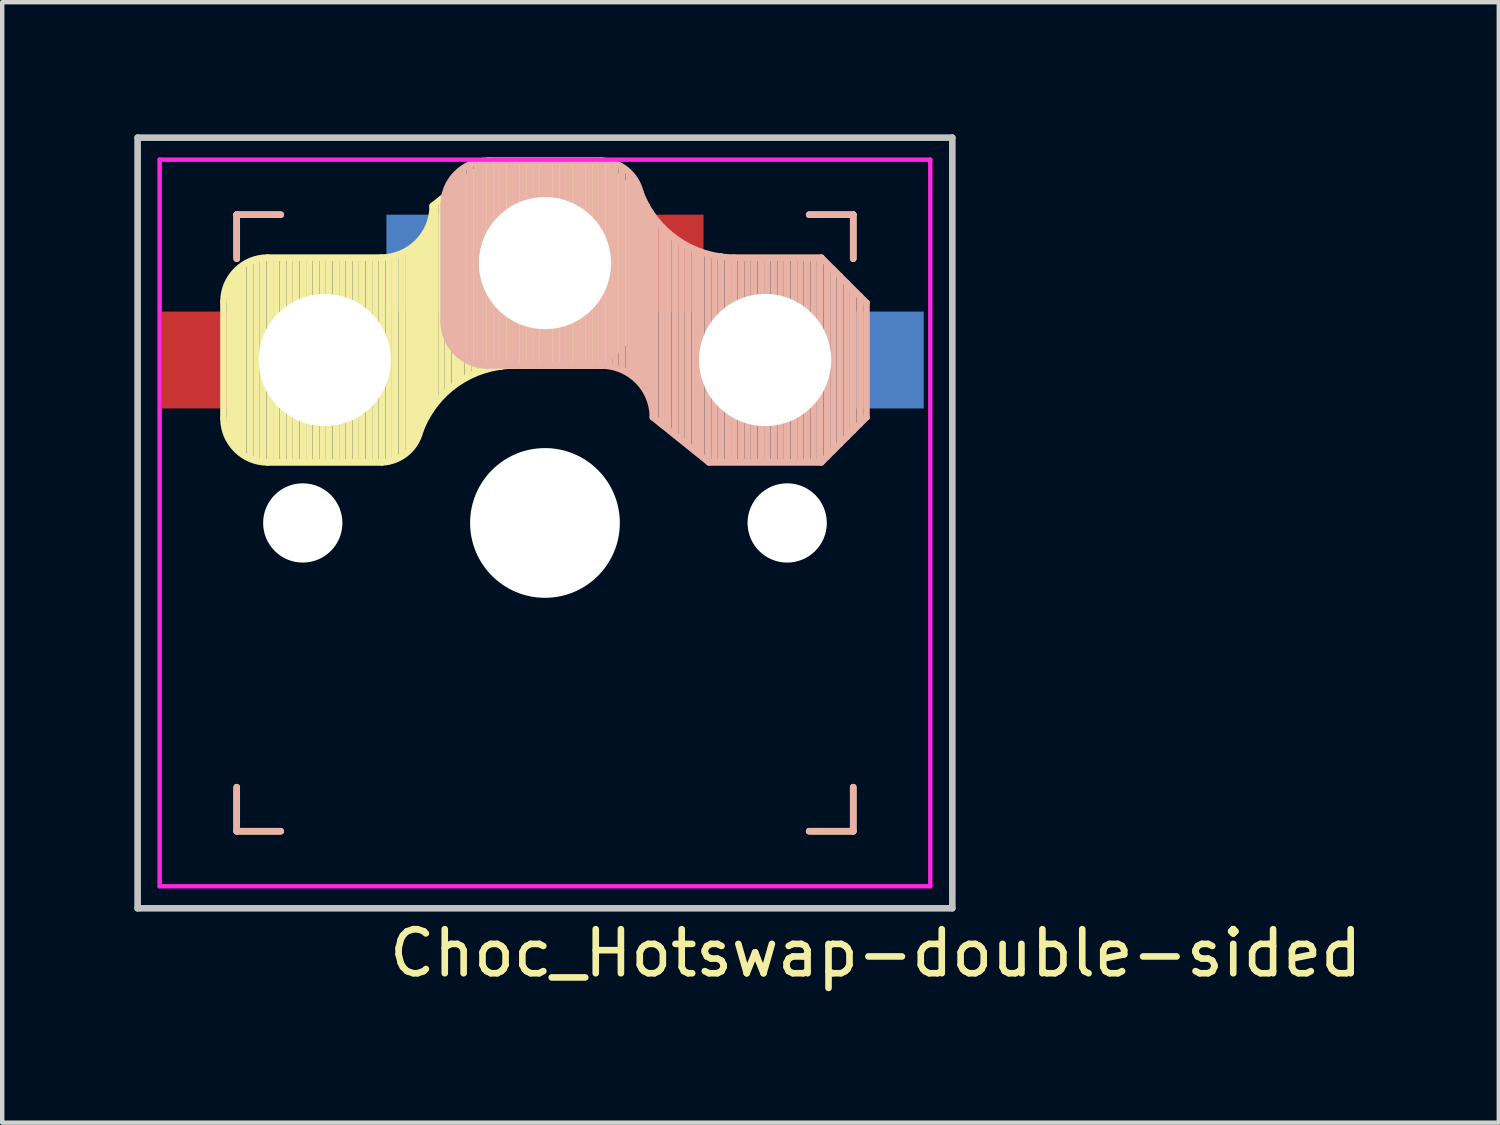
<source format=kicad_pcb>
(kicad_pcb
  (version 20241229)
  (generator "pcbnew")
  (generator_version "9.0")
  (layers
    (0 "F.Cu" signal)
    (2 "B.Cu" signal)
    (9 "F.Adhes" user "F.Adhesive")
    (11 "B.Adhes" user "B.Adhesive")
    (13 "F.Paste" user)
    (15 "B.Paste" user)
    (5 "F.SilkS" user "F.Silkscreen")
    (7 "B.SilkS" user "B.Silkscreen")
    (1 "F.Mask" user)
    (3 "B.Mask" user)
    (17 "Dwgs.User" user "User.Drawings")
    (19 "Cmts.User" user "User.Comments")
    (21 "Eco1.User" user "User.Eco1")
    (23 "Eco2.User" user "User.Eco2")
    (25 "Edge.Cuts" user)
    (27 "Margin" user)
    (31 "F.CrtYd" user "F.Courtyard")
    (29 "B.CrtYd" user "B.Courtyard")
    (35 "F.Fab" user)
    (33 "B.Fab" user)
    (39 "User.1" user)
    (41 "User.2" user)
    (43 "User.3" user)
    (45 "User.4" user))
  (footprint "Choc_Hotswap-double-sided"
    (layer "F.Cu")
    (at 9.325 8.825)
    (property "Reference" "Choc_Hotswap-double-sided" (at 7.51 9.77 0) (layer "F.SilkS") (effects (font (size 1 1) (thickness 0.15))))
    (attr through_hole)
    (fp_line (start -7.3 -5.025) (end -7.3 -2.375) (stroke (width 0.15) (type solid)) (layer "F.SilkS"))
    (fp_line (start -7.15 -1.95) (end -7.15 -5.5) (stroke (width 0.15) (type solid)) (layer "F.SilkS"))
    (fp_line (start -7.05 -1.8) (end -7.05 -5.55) (stroke (width 0.15) (type solid)) (layer "F.SilkS"))
    (fp_line (start -7 -7) (end -7 -6) (stroke (width 0.15) (type solid)) (layer "F.SilkS"))
    (fp_line (start -7 6) (end -7 7) (stroke (width 0.15) (type solid)) (layer "F.SilkS"))
    (fp_line (start -7 7) (end -6 7) (stroke (width 0.15) (type solid)) (layer "F.SilkS"))
    (fp_line (start -6.95 -1.7) (end -6.95 -5.65) (stroke (width 0.15) (type solid)) (layer "F.SilkS"))
    (fp_line (start -6.85 -1.6) (end -6.85 -5.8) (stroke (width 0.15) (type solid)) (layer "F.SilkS"))
    (fp_line (start -6.7 -1.5) (end -6.7 -5.9) (stroke (width 0.15) (type solid)) (layer "F.SilkS"))
    (fp_line (start -6.55 -1.45) (end -6.55 -5.95) (stroke (width 0.15) (type solid)) (layer "F.SilkS"))
    (fp_line (start -6.4 -1.4) (end -6.4 -5.95) (stroke (width 0.15) (type solid)) (layer "F.SilkS"))
    (fp_line (start -6.3 -6.025) (end -3.725 -6.025) (stroke (width 0.15) (type solid)) (layer "F.SilkS"))
    (fp_line (start -6.3 -1.375) (end -3.7 -1.375) (stroke (width 0.15) (type solid)) (layer "F.SilkS"))
    (fp_line (start -6.25 -1.4) (end -6.25 -6) (stroke (width 0.15) (type solid)) (layer "F.SilkS"))
    (fp_line (start -6.1 -1.4) (end -6.1 -6) (stroke (width 0.15) (type solid)) (layer "F.SilkS"))
    (fp_line (start -6 -7) (end -7 -7) (stroke (width 0.15) (type solid)) (layer "F.SilkS"))
    (fp_line (start -5.95 -1.4) (end -5.95 -6) (stroke (width 0.15) (type solid)) (layer "F.SilkS"))
    (fp_line (start -5.8 -1.4) (end -5.8 -6) (stroke (width 0.15) (type solid)) (layer "F.SilkS"))
    (fp_line (start -5.65 -1.4) (end -5.65 -6) (stroke (width 0.15) (type solid)) (layer "F.SilkS"))
    (fp_line (start -5.5 -1.4) (end -5.5 -6) (stroke (width 0.15) (type solid)) (layer "F.SilkS"))
    (fp_line (start -5.35 -1.4) (end -5.35 -6) (stroke (width 0.15) (type solid)) (layer "F.SilkS"))
    (fp_line (start -5.2 -1.4) (end -5.2 -6) (stroke (width 0.15) (type solid)) (layer "F.SilkS"))
    (fp_line (start -5.05 -1.4) (end -5.05 -6) (stroke (width 0.15) (type solid)) (layer "F.SilkS"))
    (fp_line (start -4.9 -1.4) (end -4.9 -6) (stroke (width 0.15) (type solid)) (layer "F.SilkS"))
    (fp_line (start -4.75 -1.4) (end -4.75 -6) (stroke (width 0.15) (type solid)) (layer "F.SilkS"))
    (fp_line (start -4.6 -1.4) (end -4.6 -6) (stroke (width 0.15) (type solid)) (layer "F.SilkS"))
    (fp_line (start -4.45 -1.4) (end -4.45 -6) (stroke (width 0.15) (type solid)) (layer "F.SilkS"))
    (fp_line (start -4.3 -1.4) (end -4.3 -6) (stroke (width 0.15) (type solid)) (layer "F.SilkS"))
    (fp_line (start -4.15 -1.4) (end -4.15 -6) (stroke (width 0.15) (type solid)) (layer "F.SilkS"))
    (fp_line (start -4 -1.4) (end -4 -6) (stroke (width 0.15) (type solid)) (layer "F.SilkS"))
    (fp_line (start -3.85 -1.4) (end -3.85 -5.95) (stroke (width 0.15) (type solid)) (layer "F.SilkS"))
    (fp_line (start -3.7 -1.4) (end -3.7 -6) (stroke (width 0.15) (type solid)) (layer "F.SilkS"))
    (fp_line (start -3.55 -1.4) (end -3.55 -6) (stroke (width 0.15) (type solid)) (layer "F.SilkS"))
    (fp_line (start -3.4 -1.45) (end -3.4 -6) (stroke (width 0.15) (type solid)) (layer "F.SilkS"))
    (fp_line (start -3.25 -1.55) (end -3.25 -6.1) (stroke (width 0.15) (type solid)) (layer "F.SilkS"))
    (fp_line (start -3.1 -1.65) (end -3.1 -6.15) (stroke (width 0.15) (type solid)) (layer "F.SilkS"))
    (fp_line (start -3 -1.8) (end -3 -6.2) (stroke (width 0.15) (type solid)) (layer "F.SilkS"))
    (fp_line (start -2.9 -2.05) (end -2.9 -6.25) (stroke (width 0.15) (type solid)) (layer "F.SilkS"))
    (fp_line (start -2.8 -2.2) (end -2.8 -6.35) (stroke (width 0.15) (type solid)) (layer "F.SilkS"))
    (fp_line (start -2.7 -2.4) (end -2.7 -6.55) (stroke (width 0.15) (type solid)) (layer "F.SilkS"))
    (fp_line (start -2.6 -2.55) (end -2.6 -6.7) (stroke (width 0.15) (type solid)) (layer "F.SilkS"))
    (fp_line (start -2.5 -2.75) (end -2.5 -7.2) (stroke (width 0.15) (type solid)) (layer "F.SilkS"))
    (fp_line (start -2.35 -2.9) (end -2.35 -7.35) (stroke (width 0.15) (type solid)) (layer "F.SilkS"))
    (fp_line (start -2.2 -3.05) (end -2.2 -7.45) (stroke (width 0.15) (type solid)) (layer "F.SilkS"))
    (fp_line (start -2.05 -3.15) (end -2.05 -7.55) (stroke (width 0.15) (type solid)) (layer "F.SilkS"))
    (fp_line (start -1.9 -3.25) (end -1.9 -7.7) (stroke (width 0.15) (type solid)) (layer "F.SilkS"))
    (fp_line (start -1.75 -3.35) (end -1.75 -7.8) (stroke (width 0.15) (type solid)) (layer "F.SilkS"))
    (fp_line (start -1.6 -3.4) (end -1.6 -7.95) (stroke (width 0.15) (type solid)) (layer "F.SilkS"))
    (fp_line (start -1.45 -3.5) (end -1.45 -8.05) (stroke (width 0.15) (type solid)) (layer "F.SilkS"))
    (fp_line (start -1.3 -3.55) (end -1.3 -8.15) (stroke (width 0.15) (type solid)) (layer "F.SilkS"))
    (fp_line (start -1.275 -8.225) (end -2.55 -7.2) (stroke (width 0.15) (type solid)) (layer "F.SilkS"))
    (fp_line (start -1.275 -8.225) (end 1.275 -8.225) (stroke (width 0.15) (type solid)) (layer "F.SilkS"))
    (fp_line (start -1.15 -3.55) (end -1.15 -8.2) (stroke (width 0.15) (type solid)) (layer "F.SilkS"))
    (fp_line (start -1 -3.55) (end -1 -8.2) (stroke (width 0.15) (type solid)) (layer "F.SilkS"))
    (fp_line (start -0.85 -3.6) (end -0.85 -8.15) (stroke (width 0.15) (type solid)) (layer "F.SilkS"))
    (fp_line (start -0.7 -3.6) (end -0.7 -8.2) (stroke (width 0.15) (type solid)) (layer "F.SilkS"))
    (fp_line (start -0.7 -3.575) (end 1.275 -3.575) (stroke (width 0.15) (type solid)) (layer "F.SilkS"))
    (fp_line (start -0.55 -3.6) (end -0.55 -8.2) (stroke (width 0.15) (type solid)) (layer "F.SilkS"))
    (fp_line (start -0.4 -3.6) (end -0.4 -8.2) (stroke (width 0.15) (type solid)) (layer "F.SilkS"))
    (fp_line (start -0.25 -3.6) (end -0.25 -8.2) (stroke (width 0.15) (type solid)) (layer "F.SilkS"))
    (fp_line (start -0.1 -3.6) (end -0.1 -8.2) (stroke (width 0.15) (type solid)) (layer "F.SilkS"))
    (fp_line (start 0.05 -3.6) (end 0.05 -8.2) (stroke (width 0.15) (type solid)) (layer "F.SilkS"))
    (fp_line (start 0.2 -3.6) (end 0.2 -8.2) (stroke (width 0.15) (type solid)) (layer "F.SilkS"))
    (fp_line (start 0.35 -3.6) (end 0.35 -8.2) (stroke (width 0.15) (type solid)) (layer "F.SilkS"))
    (fp_line (start 0.5 -3.6) (end 0.5 -8.2) (stroke (width 0.15) (type solid)) (layer "F.SilkS"))
    (fp_line (start 0.65 -3.6) (end 0.65 -8.2) (stroke (width 0.15) (type solid)) (layer "F.SilkS"))
    (fp_line (start 0.8 -3.6) (end 0.8 -8.2) (stroke (width 0.15) (type solid)) (layer "F.SilkS"))
    (fp_line (start 0.95 -3.6) (end 0.95 -8.2) (stroke (width 0.15) (type solid)) (layer "F.SilkS"))
    (fp_line (start 1.1 -3.6) (end 1.1 -8.2) (stroke (width 0.15) (type solid)) (layer "F.SilkS"))
    (fp_line (start 1.25 -3.6) (end 1.25 -8.2) (stroke (width 0.15) (type solid)) (layer "F.SilkS"))
    (fp_line (start 1.4 -3.75) (end 1.4 -8.1) (stroke (width 0.15) (type solid)) (layer "F.SilkS"))
    (fp_line (start 1.55 -3.85) (end 1.55 -7.95) (stroke (width 0.15) (type solid)) (layer "F.SilkS"))
    (fp_line (start 1.7 -4) (end 1.7 -7.8) (stroke (width 0.15) (type solid)) (layer "F.SilkS"))
    (fp_line (start 1.85 -4.15) (end 1.85 -7.65) (stroke (width 0.15) (type solid)) (layer "F.SilkS"))
    (fp_line (start 2 -4.35) (end 2 -7.5) (stroke (width 0.15) (type solid)) (layer "F.SilkS"))
    (fp_line (start 2.15 -4.45) (end 2.15 -7.35) (stroke (width 0.15) (type solid)) (layer "F.SilkS"))
    (fp_line (start 2.3 -7.2) (end 1.275 -8.225) (stroke (width 0.15) (type solid)) (layer "F.SilkS"))
    (fp_line (start 2.3 -7.2) (end 2.3 -4.6) (stroke (width 0.15) (type solid)) (layer "F.SilkS"))
    (fp_line (start 2.3 -4.6) (end 1.275 -3.575) (stroke (width 0.15) (type solid)) (layer "F.SilkS"))
    (fp_line (start 6 -7) (end 7 -7) (stroke (width 0.15) (type solid)) (layer "F.SilkS"))
    (fp_line (start 7 -7) (end 7 -6) (stroke (width 0.15) (type solid)) (layer "F.SilkS"))
    (fp_line (start 7 6) (end 7 7) (stroke (width 0.15) (type solid)) (layer "F.SilkS"))
    (fp_line (start 7 7) (end 6 7) (stroke (width 0.15) (type solid)) (layer "F.SilkS"))
    (fp_arc (start -7.3 -5.025) (mid -7.007107 -5.732107) (end -6.3 -6.025) (stroke (width 0.15) (type solid)) (layer "F.SilkS"))
    (fp_arc (start -6.3 -1.375) (mid -7.007107 -1.667893) (end -7.3 -2.375) (stroke (width 0.15) (type solid)) (layer "F.SilkS"))
    (fp_arc (start -2.837801 -2.078096) (mid -3.151716 -1.583979) (end -3.699005 -1.376209) (stroke (width 0.15) (type solid)) (layer "F.SilkS"))
    (fp_arc (start -2.837801 -2.078096) (mid -2.004887 -3.163571) (end -0.7 -3.575) (stroke (width 0.15) (type solid)) (layer "F.SilkS"))
    (fp_arc (start -2.55 -7.2) (mid -2.89415 -6.36915) (end -3.725 -6.025) (stroke (width 0.15) (type solid)) (layer "F.SilkS"))
    (fp_line (start -7 -7) (end -7 -6) (stroke (width 0.15) (type solid)) (layer "B.SilkS"))
    (fp_line (start -7 6) (end -7 7) (stroke (width 0.15) (type solid)) (layer "B.SilkS"))
    (fp_line (start -7 7) (end -6 7) (stroke (width 0.15) (type solid)) (layer "B.SilkS"))
    (fp_line (start -6 -7) (end -7 -7) (stroke (width 0.15) (type solid)) (layer "B.SilkS"))
    (fp_line (start -2.3 -4.575) (end -2.3 -7.225) (stroke (width 0.15) (type solid)) (layer "B.SilkS"))
    (fp_line (start -2.15 -7.65) (end -2.15 -4.1) (stroke (width 0.15) (type solid)) (layer "B.SilkS"))
    (fp_line (start -2.05 -7.8) (end -2.05 -4.05) (stroke (width 0.15) (type solid)) (layer "B.SilkS"))
    (fp_line (start -1.95 -7.9) (end -1.95 -3.95) (stroke (width 0.15) (type solid)) (layer "B.SilkS"))
    (fp_line (start -1.85 -8) (end -1.85 -3.8) (stroke (width 0.15) (type solid)) (layer "B.SilkS"))
    (fp_line (start -1.7 -8.1) (end -1.7 -3.7) (stroke (width 0.15) (type solid)) (layer "B.SilkS"))
    (fp_line (start -1.55 -8.15) (end -1.55 -3.65) (stroke (width 0.15) (type solid)) (layer "B.SilkS"))
    (fp_line (start -1.4 -8.2) (end -1.4 -3.65) (stroke (width 0.15) (type solid)) (layer "B.SilkS"))
    (fp_line (start -1.3 -8.225) (end 1.3 -8.225) (stroke (width 0.15) (type solid)) (layer "B.SilkS"))
    (fp_line (start -1.3 -3.575) (end 1.275 -3.575) (stroke (width 0.15) (type solid)) (layer "B.SilkS"))
    (fp_line (start -1.25 -8.2) (end -1.25 -3.6) (stroke (width 0.15) (type solid)) (layer "B.SilkS"))
    (fp_line (start -1.1 -8.2) (end -1.1 -3.6) (stroke (width 0.15) (type solid)) (layer "B.SilkS"))
    (fp_line (start -0.95 -8.2) (end -0.95 -3.6) (stroke (width 0.15) (type solid)) (layer "B.SilkS"))
    (fp_line (start -0.8 -8.2) (end -0.8 -3.6) (stroke (width 0.15) (type solid)) (layer "B.SilkS"))
    (fp_line (start -0.65 -8.2) (end -0.65 -3.6) (stroke (width 0.15) (type solid)) (layer "B.SilkS"))
    (fp_line (start -0.5 -8.2) (end -0.5 -3.6) (stroke (width 0.15) (type solid)) (layer "B.SilkS"))
    (fp_line (start -0.35 -8.2) (end -0.35 -3.6) (stroke (width 0.15) (type solid)) (layer "B.SilkS"))
    (fp_line (start -0.2 -8.2) (end -0.2 -3.6) (stroke (width 0.15) (type solid)) (layer "B.SilkS"))
    (fp_line (start -0.05 -8.2) (end -0.05 -3.6) (stroke (width 0.15) (type solid)) (layer "B.SilkS"))
    (fp_line (start 0.1 -8.2) (end 0.1 -3.6) (stroke (width 0.15) (type solid)) (layer "B.SilkS"))
    (fp_line (start 0.25 -8.2) (end 0.25 -3.6) (stroke (width 0.15) (type solid)) (layer "B.SilkS"))
    (fp_line (start 0.4 -8.2) (end 0.4 -3.6) (stroke (width 0.15) (type solid)) (layer "B.SilkS"))
    (fp_line (start 0.55 -8.2) (end 0.55 -3.6) (stroke (width 0.15) (type solid)) (layer "B.SilkS"))
    (fp_line (start 0.7 -8.2) (end 0.7 -3.6) (stroke (width 0.15) (type solid)) (layer "B.SilkS"))
    (fp_line (start 0.85 -8.2) (end 0.85 -3.6) (stroke (width 0.15) (type solid)) (layer "B.SilkS"))
    (fp_line (start 1 -8.2) (end 1 -3.6) (stroke (width 0.15) (type solid)) (layer "B.SilkS"))
    (fp_line (start 1.15 -8.2) (end 1.15 -3.65) (stroke (width 0.15) (type solid)) (layer "B.SilkS"))
    (fp_line (start 1.3 -8.2) (end 1.3 -3.6) (stroke (width 0.15) (type solid)) (layer "B.SilkS"))
    (fp_line (start 1.45 -8.2) (end 1.45 -3.6) (stroke (width 0.15) (type solid)) (layer "B.SilkS"))
    (fp_line (start 1.6 -8.15) (end 1.6 -3.6) (stroke (width 0.15) (type solid)) (layer "B.SilkS"))
    (fp_line (start 1.75 -8.05) (end 1.75 -3.5) (stroke (width 0.15) (type solid)) (layer "B.SilkS"))
    (fp_line (start 1.9 -7.95) (end 1.9 -3.45) (stroke (width 0.15) (type solid)) (layer "B.SilkS"))
    (fp_line (start 2 -7.8) (end 2 -3.4) (stroke (width 0.15) (type solid)) (layer "B.SilkS"))
    (fp_line (start 2.1 -7.55) (end 2.1 -3.35) (stroke (width 0.15) (type solid)) (layer "B.SilkS"))
    (fp_line (start 2.2 -7.4) (end 2.2 -3.25) (stroke (width 0.15) (type solid)) (layer "B.SilkS"))
    (fp_line (start 2.3 -7.2) (end 2.3 -3.05) (stroke (width 0.15) (type solid)) (layer "B.SilkS"))
    (fp_line (start 2.4 -7.05) (end 2.4 -2.9) (stroke (width 0.15) (type solid)) (layer "B.SilkS"))
    (fp_line (start 2.5 -6.85) (end 2.5 -2.4) (stroke (width 0.15) (type solid)) (layer "B.SilkS"))
    (fp_line (start 2.65 -6.7) (end 2.65 -2.25) (stroke (width 0.15) (type solid)) (layer "B.SilkS"))
    (fp_line (start 2.8 -6.55) (end 2.8 -2.15) (stroke (width 0.15) (type solid)) (layer "B.SilkS"))
    (fp_line (start 2.95 -6.45) (end 2.95 -2.05) (stroke (width 0.15) (type solid)) (layer "B.SilkS"))
    (fp_line (start 3.1 -6.35) (end 3.1 -1.9) (stroke (width 0.15) (type solid)) (layer "B.SilkS"))
    (fp_line (start 3.25 -6.25) (end 3.25 -1.8) (stroke (width 0.15) (type solid)) (layer "B.SilkS"))
    (fp_line (start 3.4 -6.2) (end 3.4 -1.65) (stroke (width 0.15) (type solid)) (layer "B.SilkS"))
    (fp_line (start 3.55 -6.1) (end 3.55 -1.55) (stroke (width 0.15) (type solid)) (layer "B.SilkS"))
    (fp_line (start 3.7 -6.05) (end 3.7 -1.45) (stroke (width 0.15) (type solid)) (layer "B.SilkS"))
    (fp_line (start 3.725 -1.375) (end 2.45 -2.4) (stroke (width 0.15) (type solid)) (layer "B.SilkS"))
    (fp_line (start 3.725 -1.375) (end 6.275 -1.375) (stroke (width 0.15) (type solid)) (layer "B.SilkS"))
    (fp_line (start 3.85 -6.05) (end 3.85 -1.4) (stroke (width 0.15) (type solid)) (layer "B.SilkS"))
    (fp_line (start 4 -6.05) (end 4 -1.4) (stroke (width 0.15) (type solid)) (layer "B.SilkS"))
    (fp_line (start 4.15 -6) (end 4.15 -1.45) (stroke (width 0.15) (type solid)) (layer "B.SilkS"))
    (fp_line (start 4.3 -6.025) (end 6.275 -6.025) (stroke (width 0.15) (type solid)) (layer "B.SilkS"))
    (fp_line (start 4.3 -6) (end 4.3 -1.4) (stroke (width 0.15) (type solid)) (layer "B.SilkS"))
    (fp_line (start 4.45 -6) (end 4.45 -1.4) (stroke (width 0.15) (type solid)) (layer "B.SilkS"))
    (fp_line (start 4.6 -6) (end 4.6 -1.4) (stroke (width 0.15) (type solid)) (layer "B.SilkS"))
    (fp_line (start 4.75 -6) (end 4.75 -1.4) (stroke (width 0.15) (type solid)) (layer "B.SilkS"))
    (fp_line (start 4.9 -6) (end 4.9 -1.4) (stroke (width 0.15) (type solid)) (layer "B.SilkS"))
    (fp_line (start 5.05 -6) (end 5.05 -1.4) (stroke (width 0.15) (type solid)) (layer "B.SilkS"))
    (fp_line (start 5.2 -6) (end 5.2 -1.4) (stroke (width 0.15) (type solid)) (layer "B.SilkS"))
    (fp_line (start 5.35 -6) (end 5.35 -1.4) (stroke (width 0.15) (type solid)) (layer "B.SilkS"))
    (fp_line (start 5.5 -6) (end 5.5 -1.4) (stroke (width 0.15) (type solid)) (layer "B.SilkS"))
    (fp_line (start 5.65 -6) (end 5.65 -1.4) (stroke (width 0.15) (type solid)) (layer "B.SilkS"))
    (fp_line (start 5.8 -6) (end 5.8 -1.4) (stroke (width 0.15) (type solid)) (layer "B.SilkS"))
    (fp_line (start 5.95 -6) (end 5.95 -1.4) (stroke (width 0.15) (type solid)) (layer "B.SilkS"))
    (fp_line (start 6 -7) (end 7 -7) (stroke (width 0.15) (type solid)) (layer "B.SilkS"))
    (fp_line (start 6.1 -6) (end 6.1 -1.4) (stroke (width 0.15) (type solid)) (layer "B.SilkS"))
    (fp_line (start 6.25 -6) (end 6.25 -1.4) (stroke (width 0.15) (type solid)) (layer "B.SilkS"))
    (fp_line (start 6.4 -5.85) (end 6.4 -1.5) (stroke (width 0.15) (type solid)) (layer "B.SilkS"))
    (fp_line (start 6.55 -5.75) (end 6.55 -1.65) (stroke (width 0.15) (type solid)) (layer "B.SilkS"))
    (fp_line (start 6.7 -5.6) (end 6.7 -1.8) (stroke (width 0.15) (type solid)) (layer "B.SilkS"))
    (fp_line (start 6.85 -5.45) (end 6.85 -1.95) (stroke (width 0.15) (type solid)) (layer "B.SilkS"))
    (fp_line (start 7 -7) (end 7 -6) (stroke (width 0.15) (type solid)) (layer "B.SilkS"))
    (fp_line (start 7 -5.25) (end 7 -2.1) (stroke (width 0.15) (type solid)) (layer "B.SilkS"))
    (fp_line (start 7 6) (end 7 7) (stroke (width 0.15) (type solid)) (layer "B.SilkS"))
    (fp_line (start 7 7) (end 6 7) (stroke (width 0.15) (type solid)) (layer "B.SilkS"))
    (fp_line (start 7.15 -5.15) (end 7.15 -2.25) (stroke (width 0.15) (type solid)) (layer "B.SilkS"))
    (fp_line (start 7.3 -5) (end 6.275 -6.025) (stroke (width 0.15) (type solid)) (layer "B.SilkS"))
    (fp_line (start 7.3 -2.4) (end 6.275 -1.375) (stroke (width 0.15) (type solid)) (layer "B.SilkS"))
    (fp_line (start 7.3 -2.4) (end 7.3 -5) (stroke (width 0.15) (type solid)) (layer "B.SilkS"))
    (fp_arc (start -2.3 -7.225) (mid -2.007107 -7.932107) (end -1.3 -8.225) (stroke (width 0.15) (type solid)) (layer "B.SilkS"))
    (fp_arc (start -1.3 -3.575) (mid -2.007107 -3.867893) (end -2.3 -4.575) (stroke (width 0.15) (type solid)) (layer "B.SilkS"))
    (fp_arc (start 1.275 -3.575) (mid 2.10585 -3.23085) (end 2.45 -2.4) (stroke (width 0.15) (type solid)) (layer "B.SilkS"))
    (fp_arc (start 1.300995 -8.223791) (mid 1.848284 -8.016021) (end 2.162199 -7.521904) (stroke (width 0.15) (type solid)) (layer "B.SilkS"))
    (fp_arc (start 4.3 -6.025) (mid 2.995114 -6.436429) (end 2.162199 -7.521904) (stroke (width 0.15) (type solid)) (layer "B.SilkS"))
    (fp_line (start -9.25 -8.75) (end 9.25 -8.75) (stroke (width 0.15) (type solid)) (layer "Dwgs.User"))
    (fp_line (start -9.25 8.75) (end -9.25 -8.75) (stroke (width 0.15) (type solid)) (layer "Dwgs.User"))
    (fp_line (start 9.25 -8.75) (end 9.25 8.75) (stroke (width 0.15) (type solid)) (layer "Dwgs.User"))
    (fp_line (start 9.25 8.75) (end -9.25 8.75) (stroke (width 0.15) (type solid)) (layer "Dwgs.User"))
    (fp_line (start -8.75 -8.25) (end -8.75 8.25) (stroke (width 0.1) (type solid)) (layer "F.CrtYd"))
    (fp_line (start 8.75 -8.25) (end -8.75 -8.25) (stroke (width 0.1) (type solid)) (layer "F.CrtYd"))
    (fp_line (start 8.75 -8.25) (end 8.75 8.25) (stroke (width 0.1) (type solid)) (layer "F.CrtYd"))
    (fp_line (start 8.75 8.25) (end -8.75 8.25) (stroke (width 0.1) (type solid)) (layer "F.CrtYd"))
    (pad "" np_thru_hole circle (at -5.5 0 270) (size 1.8 1.8) (drill 1.8) (layers "*.Cu" "*.Mask"))
    (pad "" np_thru_hole circle (at -5 -3.7 90) (size 3 3) (drill 3) (layers "*.Cu" "*.Mask"))
    (pad "" np_thru_hole circle (at 0 -5.9 270) (size 3 3) (drill 3) (layers "*.Cu" "*.Mask"))
    (pad "" np_thru_hole circle (at 0 0 270) (size 3.4 3.4) (drill 3.4) (layers "*.Cu" "*.Mask"))
    (pad "" np_thru_hole circle (at 5 -3.7 270) (size 3 3) (drill 3) (layers "*.Cu" "*.Mask"))
    (pad "" np_thru_hole circle (at 5.5 0 270) (size 1.8 1.8) (drill 1.8) (layers "*.Cu" "*.Mask"))
    (pad "1" smd rect (at -2.8 -5.9) (size 1.6 2.2) (layers "B.Cu" "B.Mask" "B.Paste"))
    (pad "1" smd rect (at 2.8 -5.9) (size 1.6 2.2) (layers "F.Cu" "F.Mask" "F.Paste"))
    (pad "2" smd rect (at -7.9 -3.7) (size 1.6 2.2) (layers "F.Cu" "F.Mask" "F.Paste"))
    (pad "2" smd rect (at 7.8 -3.7) (size 1.6 2.2) (layers "B.Cu" "B.Mask" "B.Paste")))
  (gr_rect
    (start -3 -3)
    (end 30.984 22.443)
    (stroke (width 0.1) (type default))
    (fill no)
    (layer "Edge.Cuts")))
</source>
